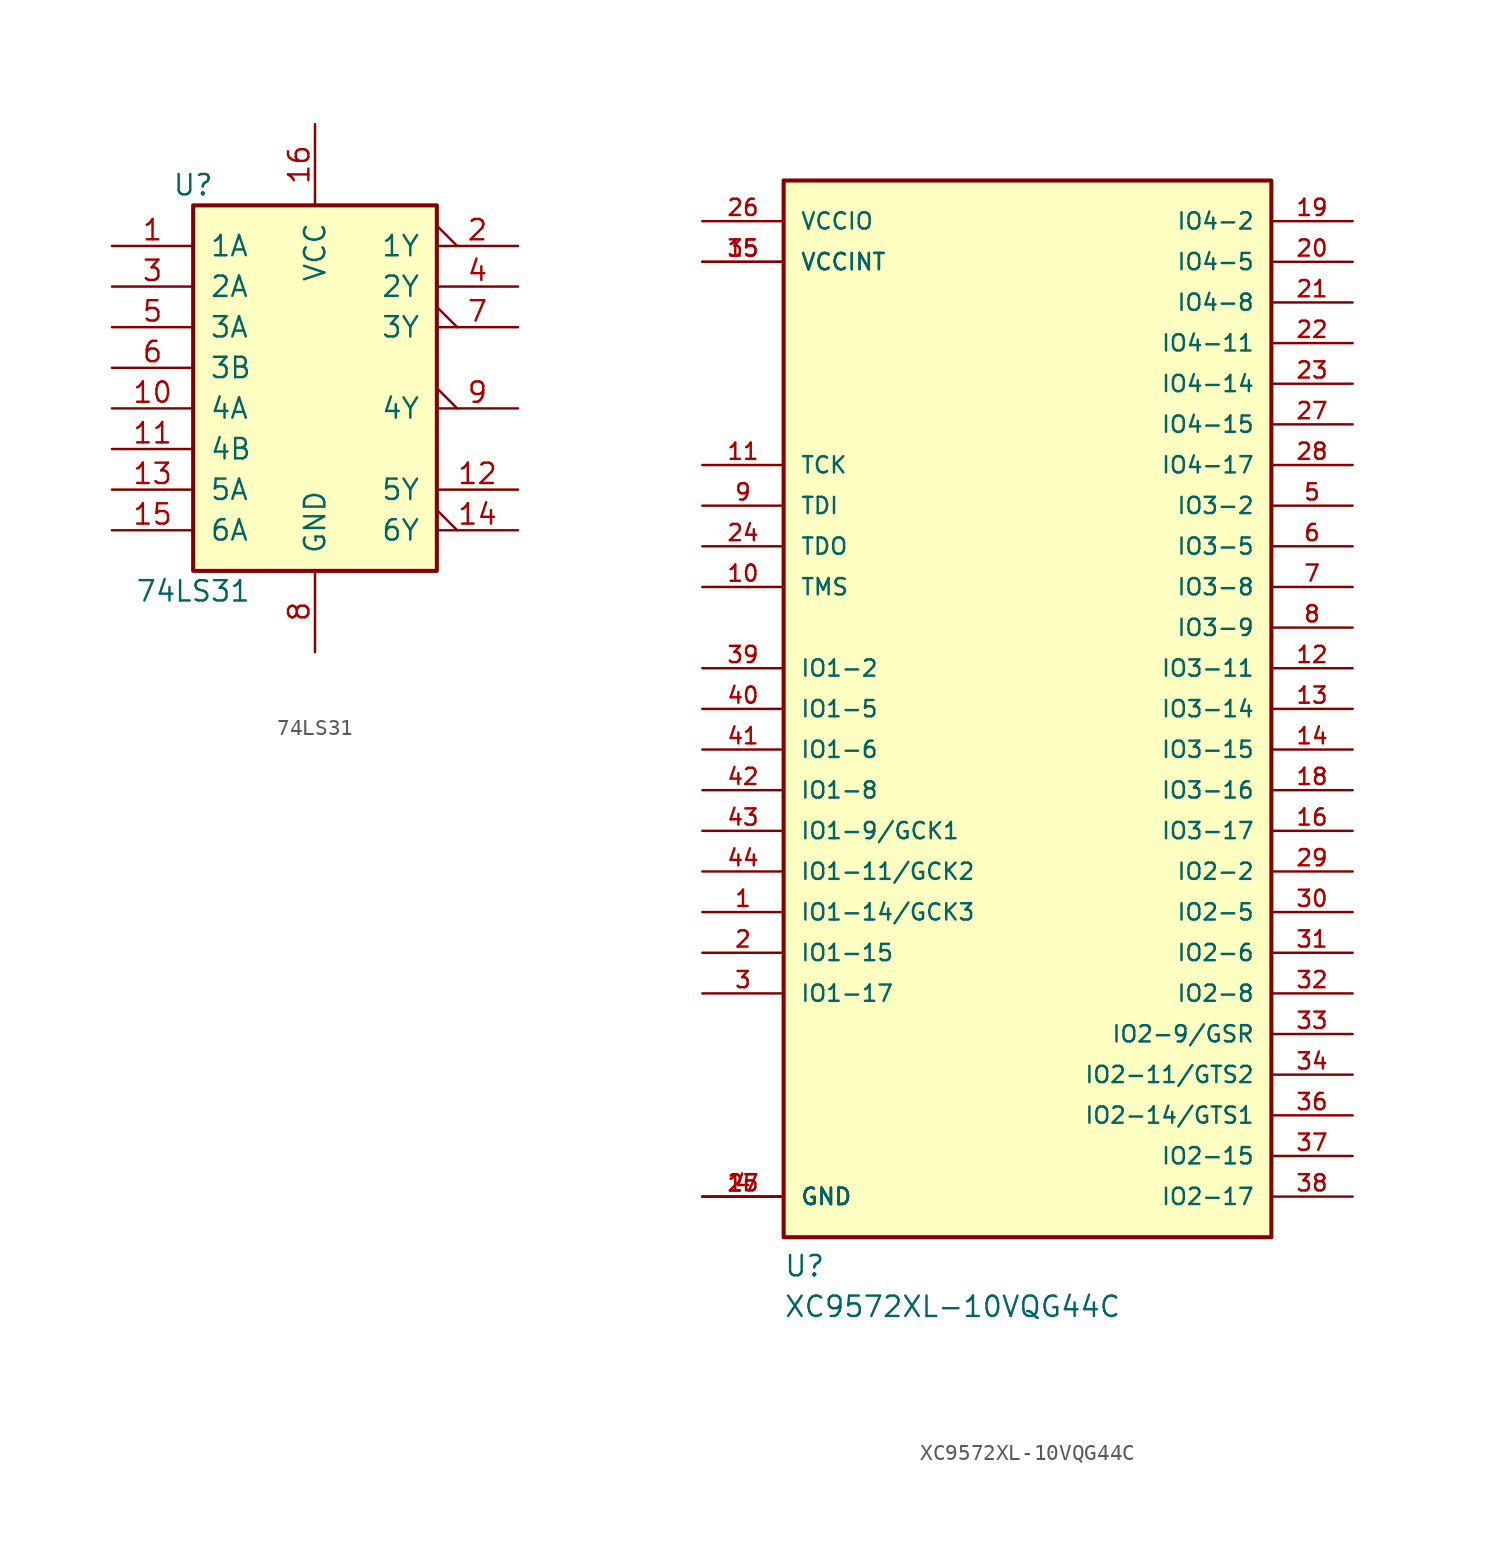
<source format=kicad_sym>
(kicad_symbol_lib
  (version 20220914)
  (generator kicad_symbol_editor)
  (symbol "74LS31"
    (pin_names
      (offset 1.016))
    (property "Reference" "U"
      (at -7.62 11.43 0)
      (effects (font (size 1.27 1.27))))
    (property "Value" "74LS31"
      (at -7.62 -13.97 0)
      (effects (font (size 1.27 1.27))))
    (symbol "74LS31_1_0"
      (pin input line (at -12.7 7.62 0) (length 5.08) (name "1A" (effects (font (size 1.27 1.27)))) (number "1" (effects (font (size 1.27 1.27)))))
      (pin input line (at -12.7 -2.54 0) (length 5.08) (name "4A" (effects (font (size 1.27 1.27)))) (number "10" (effects (font (size 1.27 1.27)))))
      (pin input line (at -12.7 -5.08 0) (length 5.08) (name "4B" (effects (font (size 1.27 1.27)))) (number "11" (effects (font (size 1.27 1.27)))))
      (pin output line (at 12.7 -7.62 180) (length 5.08) (name "5Y" (effects (font (size 1.27 1.27)))) (number "12" (effects (font (size 1.27 1.27)))))
      (pin input line (at -12.7 -7.62 0) (length 5.08) (name "5A" (effects (font (size 1.27 1.27)))) (number "13" (effects (font (size 1.27 1.27)))))
      (pin output output_low (at 12.7 -10.16 180) (length 5.08) (name "6Y" (effects (font (size 1.27 1.27)))) (number "14" (effects (font (size 1.27 1.27)))))
      (pin input line (at -12.7 -10.16 0) (length 5.08) (name "6A" (effects (font (size 1.27 1.27)))) (number "15" (effects (font (size 1.27 1.27)))))
      (pin power_in line (at 0 15.24 270) (length 5.08) (name "VCC" (effects (font (size 1.27 1.27)))) (number "16" (effects (font (size 1.27 1.27)))))
      (pin output output_low (at 12.7 7.62 180) (length 5.08) (name "1Y" (effects (font (size 1.27 1.27)))) (number "2" (effects (font (size 1.27 1.27)))))
      (pin input line (at -12.7 5.08 0) (length 5.08) (name "2A" (effects (font (size 1.27 1.27)))) (number "3" (effects (font (size 1.27 1.27)))))
      (pin output line (at 12.7 5.08 180) (length 5.08) (name "2Y" (effects (font (size 1.27 1.27)))) (number "4" (effects (font (size 1.27 1.27)))))
      (pin input line (at -12.7 2.54 0) (length 5.08) (name "3A" (effects (font (size 1.27 1.27)))) (number "5" (effects (font (size 1.27 1.27)))))
      (pin input line (at -12.7 0 0) (length 5.08) (name "3B" (effects (font (size 1.27 1.27)))) (number "6" (effects (font (size 1.27 1.27)))))
      (pin output output_low (at 12.7 2.54 180) (length 5.08) (name "3Y" (effects (font (size 1.27 1.27)))) (number "7" (effects (font (size 1.27 1.27)))))
      (pin power_in line (at 0 -17.78 90) (length 5.08) (name "GND" (effects (font (size 1.27 1.27)))) (number "8" (effects (font (size 1.27 1.27)))))
      (pin output output_low (at 12.7 -2.54 180) (length 5.08) (name "4Y" (effects (font (size 1.27 1.27)))) (number "9" (effects (font (size 1.27 1.27))))))
    (symbol "74LS31_1_1"
      (rectangle (start -7.62 10.16) (end 7.62 -12.7) (stroke (width 0.254) (type default)) (fill (type background)))))
  (symbol "XC9572XL-10VQG44C"
    (pin_names
      (offset 1.016))
    (property "Reference" "U"
      (at -15.24 -35.56 0)
      (effects (font (size 1.27 1.27)) (justify left bottom)))
    (property "Value" "XC9572XL-10VQG44C"
      (at -15.24 -38.1 0)
      (effects (font (size 1.27 1.27)) (justify left bottom)))
    (property "ki_locked" ""
      (at 0 0 0)
      (effects (font (size 1.27 1.27))))
    (symbol "XC9572XL-10VQG44C_0_0"
      (rectangle (start -15.24 -33.02) (end 15.24 33.02) (stroke (width 0.254) (type default)) (fill (type background)))
      (pin bidirectional line (at -20.32 -12.7 0) (length 5.08) (name "IO1-14/GCK3" (effects (font (size 1.016 1.016)))) (number "1" (effects (font (size 1.016 1.016)))))
      (pin bidirectional line (at -20.32 7.62 0) (length 5.08) (name "TMS" (effects (font (size 1.016 1.016)))) (number "10" (effects (font (size 1.016 1.016)))))
      (pin bidirectional line (at -20.32 15.24 0) (length 5.08) (name "TCK" (effects (font (size 1.016 1.016)))) (number "11" (effects (font (size 1.016 1.016)))))
      (pin bidirectional line (at 20.32 2.54 180) (length 5.08) (name "IO3-11" (effects (font (size 1.016 1.016)))) (number "12" (effects (font (size 1.016 1.016)))))
      (pin bidirectional line (at 20.32 0 180) (length 5.08) (name "IO3-14" (effects (font (size 1.016 1.016)))) (number "13" (effects (font (size 1.016 1.016)))))
      (pin bidirectional line (at 20.32 -2.54 180) (length 5.08) (name "IO3-15" (effects (font (size 1.016 1.016)))) (number "14" (effects (font (size 1.016 1.016)))))
      (pin power_in line (at -20.32 27.94 0) (length 5.08) (name "VCCINT" (effects (font (size 1.016 1.016)))) (number "15" (effects (font (size 1.016 1.016)))))
      (pin bidirectional line (at 20.32 -7.62 180) (length 5.08) (name "IO3-17" (effects (font (size 1.016 1.016)))) (number "16" (effects (font (size 1.016 1.016)))))
      (pin power_in line (at -20.32 -30.48 0) (length 5.08) (name "GND" (effects (font (size 1.016 1.016)))) (number "17" (effects (font (size 1.016 1.016)))))
      (pin bidirectional line (at 20.32 -5.08 180) (length 5.08) (name "IO3-16" (effects (font (size 1.016 1.016)))) (number "18" (effects (font (size 1.016 1.016)))))
      (pin bidirectional line (at 20.32 30.48 180) (length 5.08) (name "IO4-2" (effects (font (size 1.016 1.016)))) (number "19" (effects (font (size 1.016 1.016)))))
      (pin bidirectional line (at -20.32 -15.24 0) (length 5.08) (name "IO1-15" (effects (font (size 1.016 1.016)))) (number "2" (effects (font (size 1.016 1.016)))))
      (pin bidirectional line (at 20.32 27.94 180) (length 5.08) (name "IO4-5" (effects (font (size 1.016 1.016)))) (number "20" (effects (font (size 1.016 1.016)))))
      (pin bidirectional line (at 20.32 25.4 180) (length 5.08) (name "IO4-8" (effects (font (size 1.016 1.016)))) (number "21" (effects (font (size 1.016 1.016)))))
      (pin bidirectional line (at 20.32 22.86 180) (length 5.08) (name "IO4-11" (effects (font (size 1.016 1.016)))) (number "22" (effects (font (size 1.016 1.016)))))
      (pin bidirectional line (at 20.32 20.32 180) (length 5.08) (name "IO4-14" (effects (font (size 1.016 1.016)))) (number "23" (effects (font (size 1.016 1.016)))))
      (pin bidirectional line (at -20.32 10.16 0) (length 5.08) (name "TDO" (effects (font (size 1.016 1.016)))) (number "24" (effects (font (size 1.016 1.016)))))
      (pin power_in line (at -20.32 -30.48 0) (length 5.08) (name "GND" (effects (font (size 1.016 1.016)))) (number "25" (effects (font (size 1.016 1.016)))))
      (pin power_in line (at -20.32 30.48 0) (length 5.08) (name "VCCIO" (effects (font (size 1.016 1.016)))) (number "26" (effects (font (size 1.016 1.016)))))
      (pin bidirectional line (at 20.32 17.78 180) (length 5.08) (name "IO4-15" (effects (font (size 1.016 1.016)))) (number "27" (effects (font (size 1.016 1.016)))))
      (pin bidirectional line (at 20.32 15.24 180) (length 5.08) (name "IO4-17" (effects (font (size 1.016 1.016)))) (number "28" (effects (font (size 1.016 1.016)))))
      (pin bidirectional line (at 20.32 -10.16 180) (length 5.08) (name "IO2-2" (effects (font (size 1.016 1.016)))) (number "29" (effects (font (size 1.016 1.016)))))
      (pin bidirectional line (at -20.32 -17.78 0) (length 5.08) (name "IO1-17" (effects (font (size 1.016 1.016)))) (number "3" (effects (font (size 1.016 1.016)))))
      (pin bidirectional line (at 20.32 -12.7 180) (length 5.08) (name "IO2-5" (effects (font (size 1.016 1.016)))) (number "30" (effects (font (size 1.016 1.016)))))
      (pin bidirectional line (at 20.32 -15.24 180) (length 5.08) (name "IO2-6" (effects (font (size 1.016 1.016)))) (number "31" (effects (font (size 1.016 1.016)))))
      (pin bidirectional line (at 20.32 -17.78 180) (length 5.08) (name "IO2-8" (effects (font (size 1.016 1.016)))) (number "32" (effects (font (size 1.016 1.016)))))
      (pin bidirectional line (at 20.32 -20.32 180) (length 5.08) (name "IO2-9/GSR" (effects (font (size 1.016 1.016)))) (number "33" (effects (font (size 1.016 1.016)))))
      (pin bidirectional line (at 20.32 -22.86 180) (length 5.08) (name "IO2-11/GTS2" (effects (font (size 1.016 1.016)))) (number "34" (effects (font (size 1.016 1.016)))))
      (pin power_in line (at -20.32 27.94 0) (length 5.08) (name "VCCINT" (effects (font (size 1.016 1.016)))) (number "35" (effects (font (size 1.016 1.016)))))
      (pin bidirectional line (at 20.32 -25.4 180) (length 5.08) (name "IO2-14/GTS1" (effects (font (size 1.016 1.016)))) (number "36" (effects (font (size 1.016 1.016)))))
      (pin bidirectional line (at 20.32 -27.94 180) (length 5.08) (name "IO2-15" (effects (font (size 1.016 1.016)))) (number "37" (effects (font (size 1.016 1.016)))))
      (pin bidirectional line (at 20.32 -30.48 180) (length 5.08) (name "IO2-17" (effects (font (size 1.016 1.016)))) (number "38" (effects (font (size 1.016 1.016)))))
      (pin bidirectional line (at -20.32 2.54 0) (length 5.08) (name "IO1-2" (effects (font (size 1.016 1.016)))) (number "39" (effects (font (size 1.016 1.016)))))
      (pin power_in line (at -20.32 -30.48 0) (length 5.08) (name "GND" (effects (font (size 1.016 1.016)))) (number "4" (effects (font (size 1.016 1.016)))))
      (pin bidirectional line (at -20.32 0 0) (length 5.08) (name "IO1-5" (effects (font (size 1.016 1.016)))) (number "40" (effects (font (size 1.016 1.016)))))
      (pin bidirectional line (at -20.32 -2.54 0) (length 5.08) (name "IO1-6" (effects (font (size 1.016 1.016)))) (number "41" (effects (font (size 1.016 1.016)))))
      (pin bidirectional line (at -20.32 -5.08 0) (length 5.08) (name "IO1-8" (effects (font (size 1.016 1.016)))) (number "42" (effects (font (size 1.016 1.016)))))
      (pin bidirectional line (at -20.32 -7.62 0) (length 5.08) (name "IO1-9/GCK1" (effects (font (size 1.016 1.016)))) (number "43" (effects (font (size 1.016 1.016)))))
      (pin bidirectional line (at -20.32 -10.16 0) (length 5.08) (name "IO1-11/GCK2" (effects (font (size 1.016 1.016)))) (number "44" (effects (font (size 1.016 1.016)))))
      (pin bidirectional line (at 20.32 12.7 180) (length 5.08) (name "IO3-2" (effects (font (size 1.016 1.016)))) (number "5" (effects (font (size 1.016 1.016)))))
      (pin bidirectional line (at 20.32 10.16 180) (length 5.08) (name "IO3-5" (effects (font (size 1.016 1.016)))) (number "6" (effects (font (size 1.016 1.016)))))
      (pin bidirectional line (at 20.32 7.62 180) (length 5.08) (name "IO3-8" (effects (font (size 1.016 1.016)))) (number "7" (effects (font (size 1.016 1.016)))))
      (pin bidirectional line (at 20.32 5.08 180) (length 5.08) (name "IO3-9" (effects (font (size 1.016 1.016)))) (number "8" (effects (font (size 1.016 1.016)))))
      (pin bidirectional line (at -20.32 12.7 0) (length 5.08) (name "TDI" (effects (font (size 1.016 1.016)))) (number "9" (effects (font (size 1.016 1.016))))))))
</source>
